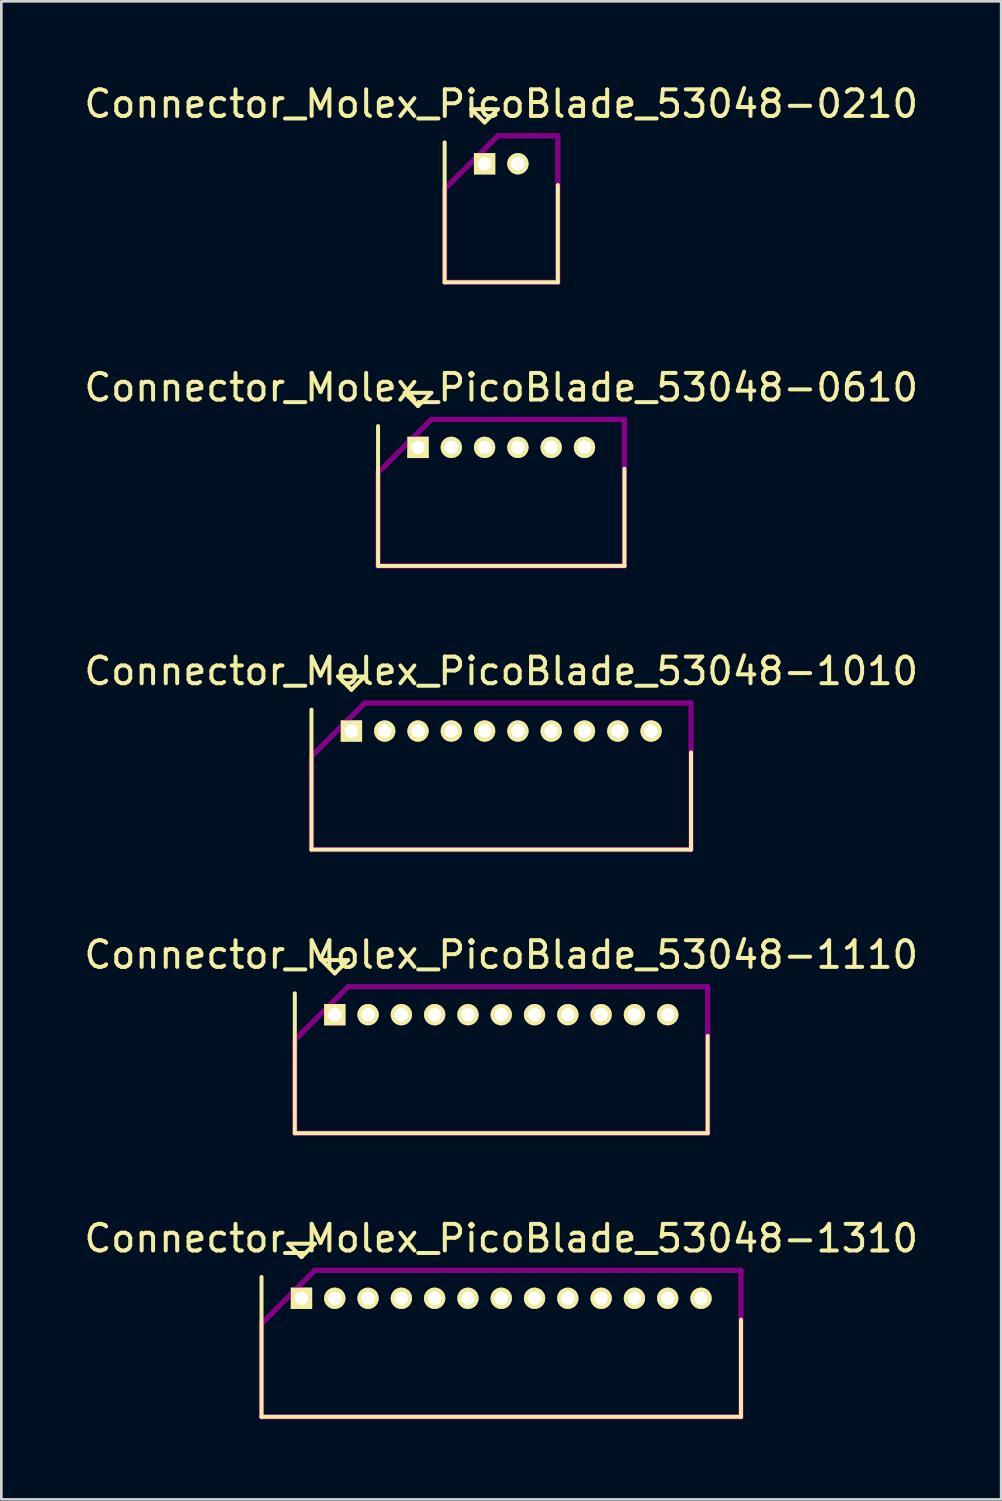
<source format=kicad_pcb>
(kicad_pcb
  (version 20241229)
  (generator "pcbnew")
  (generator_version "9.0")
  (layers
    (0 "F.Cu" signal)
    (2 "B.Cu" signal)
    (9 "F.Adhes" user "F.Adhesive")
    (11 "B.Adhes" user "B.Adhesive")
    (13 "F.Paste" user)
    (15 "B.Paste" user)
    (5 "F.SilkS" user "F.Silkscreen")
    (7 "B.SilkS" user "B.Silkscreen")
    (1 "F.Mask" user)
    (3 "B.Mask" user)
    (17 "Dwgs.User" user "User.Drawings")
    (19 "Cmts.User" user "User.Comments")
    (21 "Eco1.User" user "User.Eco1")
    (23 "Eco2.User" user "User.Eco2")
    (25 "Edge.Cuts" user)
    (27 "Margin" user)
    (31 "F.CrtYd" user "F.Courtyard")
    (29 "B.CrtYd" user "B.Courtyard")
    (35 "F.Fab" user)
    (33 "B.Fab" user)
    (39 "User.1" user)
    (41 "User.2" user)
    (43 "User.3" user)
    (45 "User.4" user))
  (footprint "Connector_Molex_PicoBlade_53048-1310"
    (layer "F.Cu")
    (at 8.268 45.691)
    (property "Reference" "Connector_Molex_PicoBlade_53048-1310" (at 7.5 -2.25 0) (layer "F.SilkS") (effects (font (size 1 1) (thickness 0.15))))
    (attr through_hole)
    (fp_line (start -1.5 -0.8) (end -1.5 4.45) (stroke (width 0.15) (type solid)) (layer "F.SilkS"))
    (fp_line (start -1.5 4.45) (end 16.5 4.45) (stroke (width 0.15) (type solid)) (layer "F.SilkS"))
    (fp_line (start -0.5 -2.05) (end 0.5 -2.05) (stroke (width 0.15) (type solid)) (layer "F.SilkS"))
    (fp_line (start 0 -1.55) (end -0.5 -2.05) (stroke (width 0.15) (type solid)) (layer "F.SilkS"))
    (fp_line (start 0.5 -2.05) (end 0 -1.55) (stroke (width 0.15) (type solid)) (layer "F.SilkS"))
    (fp_line (start 16.5 4.45) (end 16.5 0.8) (stroke (width 0.15) (type solid)) (layer "F.SilkS"))
    (fp_line (start -1.5 0.95) (end -1.5 4.45) (stroke (width 0.2) (type solid)) (layer "F.Adhes"))
    (fp_line (start -1.5 4.45) (end 16.5 4.45) (stroke (width 0.2) (type solid)) (layer "F.Adhes"))
    (fp_line (start 0.5 -1.05) (end -1.5 0.95) (stroke (width 0.2) (type solid)) (layer "F.Adhes"))
    (fp_line (start 16.5 -1.05) (end 0.5 -1.05) (stroke (width 0.2) (type solid)) (layer "F.Adhes"))
    (fp_line (start 16.5 4.45) (end 16.5 -1.05) (stroke (width 0.2) (type solid)) (layer "F.Adhes"))
    (pad "1" thru_hole rect (at 0 0) (size 0.8 0.8) (drill 0.5) (layers "*.Cu" "*.Mask" "F.SilkS"))
    (pad "2" thru_hole oval (at 1.25 0) (size 0.8 0.8) (drill 0.5) (layers "*.Cu" "*.Mask" "F.SilkS"))
    (pad "3" thru_hole oval (at 2.5 0) (size 0.8 0.8) (drill 0.5) (layers "*.Cu" "*.Mask" "F.SilkS"))
    (pad "4" thru_hole oval (at 3.75 0) (size 0.8 0.8) (drill 0.5) (layers "*.Cu" "*.Mask" "F.SilkS"))
    (pad "5" thru_hole oval (at 5 0) (size 0.8 0.8) (drill 0.5) (layers "*.Cu" "*.Mask" "F.SilkS"))
    (pad "6" thru_hole oval (at 6.25 0) (size 0.8 0.8) (drill 0.5) (layers "*.Cu" "*.Mask" "F.SilkS"))
    (pad "7" thru_hole oval (at 7.5 0) (size 0.8 0.8) (drill 0.5) (layers "*.Cu" "*.Mask" "F.SilkS"))
    (pad "8" thru_hole oval (at 8.75 0) (size 0.8 0.8) (drill 0.5) (layers "*.Cu" "*.Mask" "F.SilkS"))
    (pad "9" thru_hole oval (at 10 0) (size 0.8 0.8) (drill 0.5) (layers "*.Cu" "*.Mask" "F.SilkS"))
    (pad "10" thru_hole oval (at 11.25 0) (size 0.8 0.8) (drill 0.5) (layers "*.Cu" "*.Mask" "F.SilkS"))
    (pad "11" thru_hole oval (at 12.5 0) (size 0.8 0.8) (drill 0.5) (layers "*.Cu" "*.Mask" "F.SilkS"))
    (pad "12" thru_hole oval (at 13.75 0) (size 0.8 0.8) (drill 0.5) (layers "*.Cu" "*.Mask" "F.SilkS"))
    (pad "13" thru_hole oval (at 15 0) (size 0.8 0.8) (drill 0.5) (layers "*.Cu" "*.Mask" "F.SilkS")))
  (footprint "Connector_Molex_PicoBlade_53048-0210"
    (layer "F.Cu")
    (at 15.143 3.098)
    (property "Reference" "Connector_Molex_PicoBlade_53048-0210" (at 0.625 -2.25 0) (layer "F.SilkS") (effects (font (size 1 1) (thickness 0.15))))
    (attr through_hole)
    (fp_line (start -1.5 -0.8) (end -1.5 4.45) (stroke (width 0.15) (type solid)) (layer "F.SilkS"))
    (fp_line (start -1.5 4.45) (end 2.75 4.45) (stroke (width 0.15) (type solid)) (layer "F.SilkS"))
    (fp_line (start -0.5 -2.05) (end 0.5 -2.05) (stroke (width 0.15) (type solid)) (layer "F.SilkS"))
    (fp_line (start 0 -1.55) (end -0.5 -2.05) (stroke (width 0.15) (type solid)) (layer "F.SilkS"))
    (fp_line (start 0.5 -2.05) (end 0 -1.55) (stroke (width 0.15) (type solid)) (layer "F.SilkS"))
    (fp_line (start 2.75 4.45) (end 2.75 0.8) (stroke (width 0.15) (type solid)) (layer "F.SilkS"))
    (fp_line (start -1.5 0.95) (end -1.5 4.45) (stroke (width 0.2) (type solid)) (layer "F.Adhes"))
    (fp_line (start -1.5 4.45) (end 2.75 4.45) (stroke (width 0.2) (type solid)) (layer "F.Adhes"))
    (fp_line (start 0.5 -1.05) (end -1.5 0.95) (stroke (width 0.2) (type solid)) (layer "F.Adhes"))
    (fp_line (start 2.75 -1.05) (end 0.5 -1.05) (stroke (width 0.2) (type solid)) (layer "F.Adhes"))
    (fp_line (start 2.75 4.45) (end 2.75 -1.05) (stroke (width 0.2) (type solid)) (layer "F.Adhes"))
    (pad "1" thru_hole rect (at 0 0) (size 0.8 0.8) (drill 0.5) (layers "*.Cu" "*.Mask" "F.SilkS"))
    (pad "2" thru_hole oval (at 1.25 0) (size 0.8 0.8) (drill 0.5) (layers "*.Cu" "*.Mask" "F.SilkS")))
  (footprint "Connector_Molex_PicoBlade_53048-0610"
    (layer "F.Cu")
    (at 12.643 13.746)
    (property "Reference" "Connector_Molex_PicoBlade_53048-0610" (at 3.125 -2.25 0) (layer "F.SilkS") (effects (font (size 1 1) (thickness 0.15))))
    (attr through_hole)
    (fp_line (start -1.5 -0.8) (end -1.5 4.45) (stroke (width 0.15) (type solid)) (layer "F.SilkS"))
    (fp_line (start -1.5 4.45) (end 7.75 4.45) (stroke (width 0.15) (type solid)) (layer "F.SilkS"))
    (fp_line (start -0.5 -2.05) (end 0.5 -2.05) (stroke (width 0.15) (type solid)) (layer "F.SilkS"))
    (fp_line (start 0 -1.55) (end -0.5 -2.05) (stroke (width 0.15) (type solid)) (layer "F.SilkS"))
    (fp_line (start 0.5 -2.05) (end 0 -1.55) (stroke (width 0.15) (type solid)) (layer "F.SilkS"))
    (fp_line (start 7.75 4.45) (end 7.75 0.8) (stroke (width 0.15) (type solid)) (layer "F.SilkS"))
    (fp_line (start -1.5 0.95) (end -1.5 4.45) (stroke (width 0.2) (type solid)) (layer "F.Adhes"))
    (fp_line (start -1.5 4.45) (end 7.75 4.45) (stroke (width 0.2) (type solid)) (layer "F.Adhes"))
    (fp_line (start 0.5 -1.05) (end -1.5 0.95) (stroke (width 0.2) (type solid)) (layer "F.Adhes"))
    (fp_line (start 7.75 -1.05) (end 0.5 -1.05) (stroke (width 0.2) (type solid)) (layer "F.Adhes"))
    (fp_line (start 7.75 4.45) (end 7.75 -1.05) (stroke (width 0.2) (type solid)) (layer "F.Adhes"))
    (pad "1" thru_hole rect (at 0 0) (size 0.8 0.8) (drill 0.5) (layers "*.Cu" "*.Mask" "F.SilkS"))
    (pad "2" thru_hole oval (at 1.25 0) (size 0.8 0.8) (drill 0.5) (layers "*.Cu" "*.Mask" "F.SilkS"))
    (pad "3" thru_hole oval (at 2.5 0) (size 0.8 0.8) (drill 0.5) (layers "*.Cu" "*.Mask" "F.SilkS"))
    (pad "4" thru_hole oval (at 3.75 0) (size 0.8 0.8) (drill 0.5) (layers "*.Cu" "*.Mask" "F.SilkS"))
    (pad "5" thru_hole oval (at 5 0) (size 0.8 0.8) (drill 0.5) (layers "*.Cu" "*.Mask" "F.SilkS"))
    (pad "6" thru_hole oval (at 6.25 0) (size 0.8 0.8) (drill 0.5) (layers "*.Cu" "*.Mask" "F.SilkS")))
  (footprint "Connector_Molex_PicoBlade_53048-1110"
    (layer "F.Cu")
    (at 9.518 35.043)
    (property "Reference" "Connector_Molex_PicoBlade_53048-1110" (at 6.25 -2.25 0) (layer "F.SilkS") (effects (font (size 1 1) (thickness 0.15))))
    (attr through_hole)
    (fp_line (start -1.5 -0.8) (end -1.5 4.45) (stroke (width 0.15) (type solid)) (layer "F.SilkS"))
    (fp_line (start -1.5 4.45) (end 14 4.45) (stroke (width 0.15) (type solid)) (layer "F.SilkS"))
    (fp_line (start -0.5 -2.05) (end 0.5 -2.05) (stroke (width 0.15) (type solid)) (layer "F.SilkS"))
    (fp_line (start 0 -1.55) (end -0.5 -2.05) (stroke (width 0.15) (type solid)) (layer "F.SilkS"))
    (fp_line (start 0.5 -2.05) (end 0 -1.55) (stroke (width 0.15) (type solid)) (layer "F.SilkS"))
    (fp_line (start 14 4.45) (end 14 0.8) (stroke (width 0.15) (type solid)) (layer "F.SilkS"))
    (fp_line (start -1.5 0.95) (end -1.5 4.45) (stroke (width 0.2) (type solid)) (layer "F.Adhes"))
    (fp_line (start -1.5 4.45) (end 14 4.45) (stroke (width 0.2) (type solid)) (layer "F.Adhes"))
    (fp_line (start 0.5 -1.05) (end -1.5 0.95) (stroke (width 0.2) (type solid)) (layer "F.Adhes"))
    (fp_line (start 14 -1.05) (end 0.5 -1.05) (stroke (width 0.2) (type solid)) (layer "F.Adhes"))
    (fp_line (start 14 4.45) (end 14 -1.05) (stroke (width 0.2) (type solid)) (layer "F.Adhes"))
    (pad "1" thru_hole rect (at 0 0) (size 0.8 0.8) (drill 0.5) (layers "*.Cu" "*.Mask" "F.SilkS"))
    (pad "2" thru_hole oval (at 1.25 0) (size 0.8 0.8) (drill 0.5) (layers "*.Cu" "*.Mask" "F.SilkS"))
    (pad "3" thru_hole oval (at 2.5 0) (size 0.8 0.8) (drill 0.5) (layers "*.Cu" "*.Mask" "F.SilkS"))
    (pad "4" thru_hole oval (at 3.75 0) (size 0.8 0.8) (drill 0.5) (layers "*.Cu" "*.Mask" "F.SilkS"))
    (pad "5" thru_hole oval (at 5 0) (size 0.8 0.8) (drill 0.5) (layers "*.Cu" "*.Mask" "F.SilkS"))
    (pad "6" thru_hole oval (at 6.25 0) (size 0.8 0.8) (drill 0.5) (layers "*.Cu" "*.Mask" "F.SilkS"))
    (pad "7" thru_hole oval (at 7.5 0) (size 0.8 0.8) (drill 0.5) (layers "*.Cu" "*.Mask" "F.SilkS"))
    (pad "8" thru_hole oval (at 8.75 0) (size 0.8 0.8) (drill 0.5) (layers "*.Cu" "*.Mask" "F.SilkS"))
    (pad "9" thru_hole oval (at 10 0) (size 0.8 0.8) (drill 0.5) (layers "*.Cu" "*.Mask" "F.SilkS"))
    (pad "10" thru_hole oval (at 11.25 0) (size 0.8 0.8) (drill 0.5) (layers "*.Cu" "*.Mask" "F.SilkS"))
    (pad "11" thru_hole oval (at 12.5 0) (size 0.8 0.8) (drill 0.5) (layers "*.Cu" "*.Mask" "F.SilkS")))
  (footprint "Connector_Molex_PicoBlade_53048-1010"
    (layer "F.Cu")
    (at 10.143 24.395)
    (property "Reference" "Connector_Molex_PicoBlade_53048-1010" (at 5.625 -2.25 0) (layer "F.SilkS") (effects (font (size 1 1) (thickness 0.15))))
    (attr through_hole)
    (fp_line (start -1.5 -0.8) (end -1.5 4.45) (stroke (width 0.15) (type solid)) (layer "F.SilkS"))
    (fp_line (start -1.5 4.45) (end 12.75 4.45) (stroke (width 0.15) (type solid)) (layer "F.SilkS"))
    (fp_line (start -0.5 -2.05) (end 0.5 -2.05) (stroke (width 0.15) (type solid)) (layer "F.SilkS"))
    (fp_line (start 0 -1.55) (end -0.5 -2.05) (stroke (width 0.15) (type solid)) (layer "F.SilkS"))
    (fp_line (start 0.5 -2.05) (end 0 -1.55) (stroke (width 0.15) (type solid)) (layer "F.SilkS"))
    (fp_line (start 12.75 4.45) (end 12.75 0.8) (stroke (width 0.15) (type solid)) (layer "F.SilkS"))
    (fp_line (start -1.5 0.95) (end -1.5 4.45) (stroke (width 0.2) (type solid)) (layer "F.Adhes"))
    (fp_line (start -1.5 4.45) (end 12.75 4.45) (stroke (width 0.2) (type solid)) (layer "F.Adhes"))
    (fp_line (start 0.5 -1.05) (end -1.5 0.95) (stroke (width 0.2) (type solid)) (layer "F.Adhes"))
    (fp_line (start 12.75 -1.05) (end 0.5 -1.05) (stroke (width 0.2) (type solid)) (layer "F.Adhes"))
    (fp_line (start 12.75 4.45) (end 12.75 -1.05) (stroke (width 0.2) (type solid)) (layer "F.Adhes"))
    (pad "1" thru_hole rect (at 0 0) (size 0.8 0.8) (drill 0.5) (layers "*.Cu" "*.Mask" "F.SilkS"))
    (pad "2" thru_hole oval (at 1.25 0) (size 0.8 0.8) (drill 0.5) (layers "*.Cu" "*.Mask" "F.SilkS"))
    (pad "3" thru_hole oval (at 2.5 0) (size 0.8 0.8) (drill 0.5) (layers "*.Cu" "*.Mask" "F.SilkS"))
    (pad "4" thru_hole oval (at 3.75 0) (size 0.8 0.8) (drill 0.5) (layers "*.Cu" "*.Mask" "F.SilkS"))
    (pad "5" thru_hole oval (at 5 0) (size 0.8 0.8) (drill 0.5) (layers "*.Cu" "*.Mask" "F.SilkS"))
    (pad "6" thru_hole oval (at 6.25 0) (size 0.8 0.8) (drill 0.5) (layers "*.Cu" "*.Mask" "F.SilkS"))
    (pad "7" thru_hole oval (at 7.5 0) (size 0.8 0.8) (drill 0.5) (layers "*.Cu" "*.Mask" "F.SilkS"))
    (pad "8" thru_hole oval (at 8.75 0) (size 0.8 0.8) (drill 0.5) (layers "*.Cu" "*.Mask" "F.SilkS"))
    (pad "9" thru_hole oval (at 10 0) (size 0.8 0.8) (drill 0.5) (layers "*.Cu" "*.Mask" "F.SilkS"))
    (pad "10" thru_hole oval (at 11.25 0) (size 0.8 0.8) (drill 0.5) (layers "*.Cu" "*.Mask" "F.SilkS")))
  (gr_rect
    (start -3 -3)
    (end 34.536 53.241)
    (stroke (width 0.1) (type default))
    (fill no)
    (layer "Edge.Cuts")))
</source>
